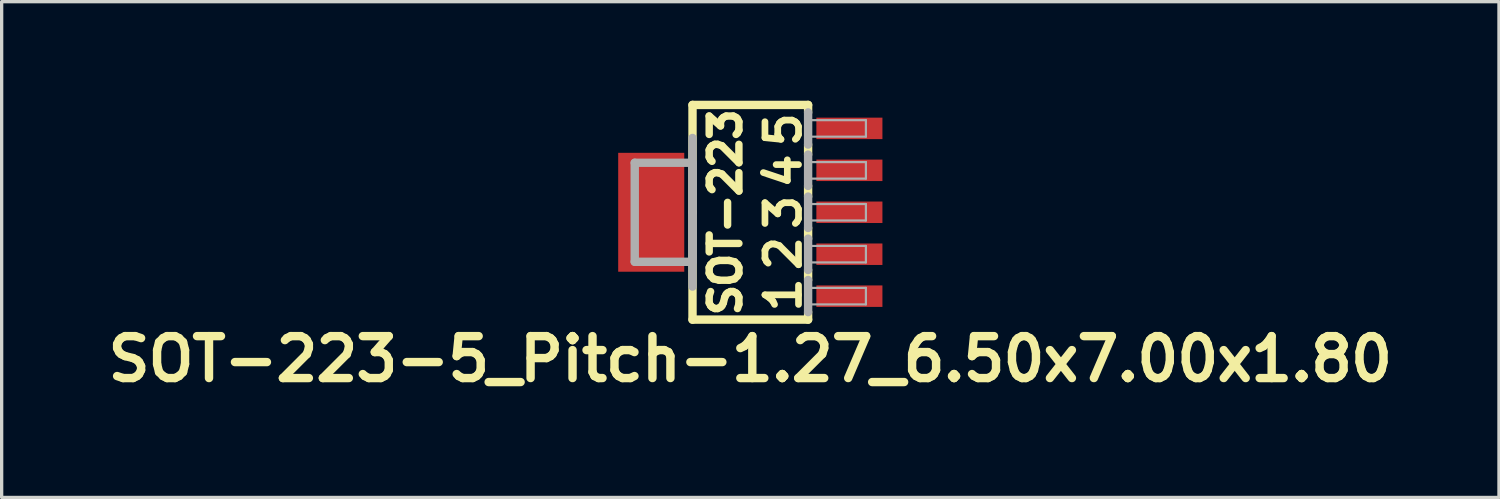
<source format=kicad_pcb>
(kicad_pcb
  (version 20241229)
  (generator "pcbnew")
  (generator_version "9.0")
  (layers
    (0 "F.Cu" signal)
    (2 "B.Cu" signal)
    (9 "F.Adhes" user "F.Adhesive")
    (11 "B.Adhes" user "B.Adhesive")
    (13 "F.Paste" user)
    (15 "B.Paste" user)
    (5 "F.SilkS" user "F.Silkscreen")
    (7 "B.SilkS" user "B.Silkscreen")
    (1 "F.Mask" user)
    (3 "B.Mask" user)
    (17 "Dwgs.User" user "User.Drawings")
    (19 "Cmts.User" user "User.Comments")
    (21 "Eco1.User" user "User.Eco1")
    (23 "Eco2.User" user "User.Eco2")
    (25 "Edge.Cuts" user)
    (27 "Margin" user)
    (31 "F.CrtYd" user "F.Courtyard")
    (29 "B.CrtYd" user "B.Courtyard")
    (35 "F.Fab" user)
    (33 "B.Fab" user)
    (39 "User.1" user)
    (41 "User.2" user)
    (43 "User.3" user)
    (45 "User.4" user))
  (footprint "SOT-223-5_Pitch-1.27_6.50x7.00x1.80"
    (layer "F.Cu")
    (at 19.667 3.377)
    (property "Reference" "SOT-223-5_Pitch-1.27_6.50x7.00x1.80" (at 0 4.445 0) (layer "F.SilkS") (effects (font (size 1.27 1.27) (thickness 0.254))))
    (attr smd)
    (fp_line (start -1.75 -3.25) (end -1.75 0) (stroke (width 0.254) (type solid)) (layer "F.SilkS"))
    (fp_line (start -1.75 0) (end -1.75 3.25) (stroke (width 0.254) (type solid)) (layer "F.SilkS"))
    (fp_line (start -1.75 3.25) (end 1.75 3.25) (stroke (width 0.254) (type solid)) (layer "F.SilkS"))
    (fp_line (start 1.75 -3.25) (end -1.75 -3.25) (stroke (width 0.254) (type solid)) (layer "F.SilkS"))
    (fp_line (start 1.75 -3.023) (end 1.75 -3.25) (stroke (width 0.254) (type solid)) (layer "F.SilkS"))
    (fp_line (start 1.75 -1.748) (end 1.75 -2.05) (stroke (width 0.254) (type solid)) (layer "F.SilkS"))
    (fp_line (start 1.75 -0.475) (end 1.75 -0.798) (stroke (width 0.254) (type solid)) (layer "F.SilkS"))
    (fp_line (start 1.75 0.798) (end 1.75 0.475) (stroke (width 0.254) (type solid)) (layer "F.SilkS"))
    (fp_line (start 1.75 2.05) (end 1.75 1.748) (stroke (width 0.254) (type solid)) (layer "F.SilkS"))
    (fp_line (start 1.75 3.25) (end 1.75 3.023) (stroke (width 0.254) (type solid)) (layer "F.SilkS"))
    (fp_line (start -3.499 -1.499) (end -1.75 -1.499) (stroke (width 0.254) (type solid)) (layer "F.Fab"))
    (fp_line (start -3.499 1.499) (end -3.499 -1.499) (stroke (width 0.254) (type solid)) (layer "F.Fab"))
    (fp_line (start -1.75 -2.25) (end -1.75 2.25) (stroke (width 0.254) (type solid)) (layer "F.Fab"))
    (fp_line (start -1.75 -1.499) (end -1.75 1.499) (stroke (width 0.254) (type solid)) (layer "F.Fab"))
    (fp_line (start -1.75 1.499) (end -3.499 1.499) (stroke (width 0.254) (type solid)) (layer "F.Fab"))
    (fp_line (start 1.75 -2.05) (end 1.75 -3.023) (stroke (width 0.254) (type solid)) (layer "F.Fab"))
    (fp_line (start 1.75 -0.798) (end 1.75 -1.748) (stroke (width 0.254) (type solid)) (layer "F.Fab"))
    (fp_line (start 1.75 0.475) (end 1.75 -0.475) (stroke (width 0.254) (type solid)) (layer "F.Fab"))
    (fp_line (start 1.75 1.748) (end 1.75 0.798) (stroke (width 0.254) (type solid)) (layer "F.Fab"))
    (fp_line (start 1.75 3.023) (end 1.75 2.05) (stroke (width 0.254) (type solid)) (layer "F.Fab"))
    (fp_line (start 3.5 -2.789) (end 1.75 -2.789) (stroke (width 0.066) (type solid)) (layer "F.Fab"))
    (fp_line (start 3.5 -2.289) (end 1.75 -2.289) (stroke (width 0.066) (type solid)) (layer "F.Fab"))
    (fp_line (start 3.5 -2.289) (end 3.5 -2.789) (stroke (width 0.066) (type solid)) (layer "F.Fab"))
    (fp_line (start 3.5 -1.519) (end 1.75 -1.519) (stroke (width 0.066) (type solid)) (layer "F.Fab"))
    (fp_line (start 3.5 -1.019) (end 1.75 -1.019) (stroke (width 0.066) (type solid)) (layer "F.Fab"))
    (fp_line (start 3.5 -1.019) (end 3.5 -1.519) (stroke (width 0.066) (type solid)) (layer "F.Fab"))
    (fp_line (start 3.5 -0.249) (end 1.75 -0.249) (stroke (width 0.066) (type solid)) (layer "F.Fab"))
    (fp_line (start 3.5 0.249) (end 1.75 0.249) (stroke (width 0.066) (type solid)) (layer "F.Fab"))
    (fp_line (start 3.5 0.249) (end 3.5 -0.249) (stroke (width 0.066) (type solid)) (layer "F.Fab"))
    (fp_line (start 3.5 1.019) (end 1.75 1.019) (stroke (width 0.066) (type solid)) (layer "F.Fab"))
    (fp_line (start 3.5 1.519) (end 1.75 1.519) (stroke (width 0.066) (type solid)) (layer "F.Fab"))
    (fp_line (start 3.5 1.519) (end 3.5 1.019) (stroke (width 0.066) (type solid)) (layer "F.Fab"))
    (fp_line (start 3.5 2.289) (end 1.75 2.289) (stroke (width 0.066) (type solid)) (layer "F.Fab"))
    (fp_line (start 3.5 2.789) (end 1.75 2.789) (stroke (width 0.066) (type solid)) (layer "F.Fab"))
    (fp_line (start 3.5 2.789) (end 3.5 2.289) (stroke (width 0.066) (type solid)) (layer "F.Fab"))
    (fp_text user "3" (at 1 0 90) (layer "F.SilkS") (effects (font (size 1.016 1.016) (thickness 0.203))))
    (fp_text user "5" (at 1 -2.5 90) (layer "F.SilkS") (effects (font (size 1.016 1.016) (thickness 0.203))))
    (fp_text user "SOT-223" (at -0.75 0 90) (layer "F.SilkS") (effects (font (size 0.9 0.9) (thickness 0.225))))
    (fp_text user "4" (at 1 -1.25 90) (layer "F.SilkS") (effects (font (size 1.016 1.016) (thickness 0.203))))
    (fp_text user "1" (at 1 2.5 90) (layer "F.SilkS") (effects (font (size 1.016 1.016) (thickness 0.203))))
    (fp_text user "2" (at 1 1.25 90) (layer "F.SilkS") (effects (font (size 1.016 1.016) (thickness 0.203))))
    (pad "1" smd rect (at 3 2.54 90) (size 0.65 2) (layers "F.Cu" "F.Mask" "F.Paste"))
    (pad "2" smd rect (at 3 1.27 90) (size 0.65 2) (layers "F.Cu" "F.Mask" "F.Paste"))
    (pad "3" smd rect (at 3 0 90) (size 0.65 2) (layers "F.Cu" "F.Mask" "F.Paste"))
    (pad "4" smd rect (at 3 -1.27 90) (size 0.65 2) (layers "F.Cu" "F.Mask" "F.Paste"))
    (pad "5" smd rect (at 3 -2.54 90) (size 0.65 2) (layers "F.Cu" "F.Mask" "F.Paste"))
    (pad "6" smd rect (at -3 0 90) (size 3.6 2) (layers "F.Cu" "F.Mask" "F.Paste")))
  (gr_rect
    (start -3 -3)
    (end 42.334 12.011)
    (stroke (width 0.1) (type default))
    (fill no)
    (layer "Edge.Cuts")))
</source>
